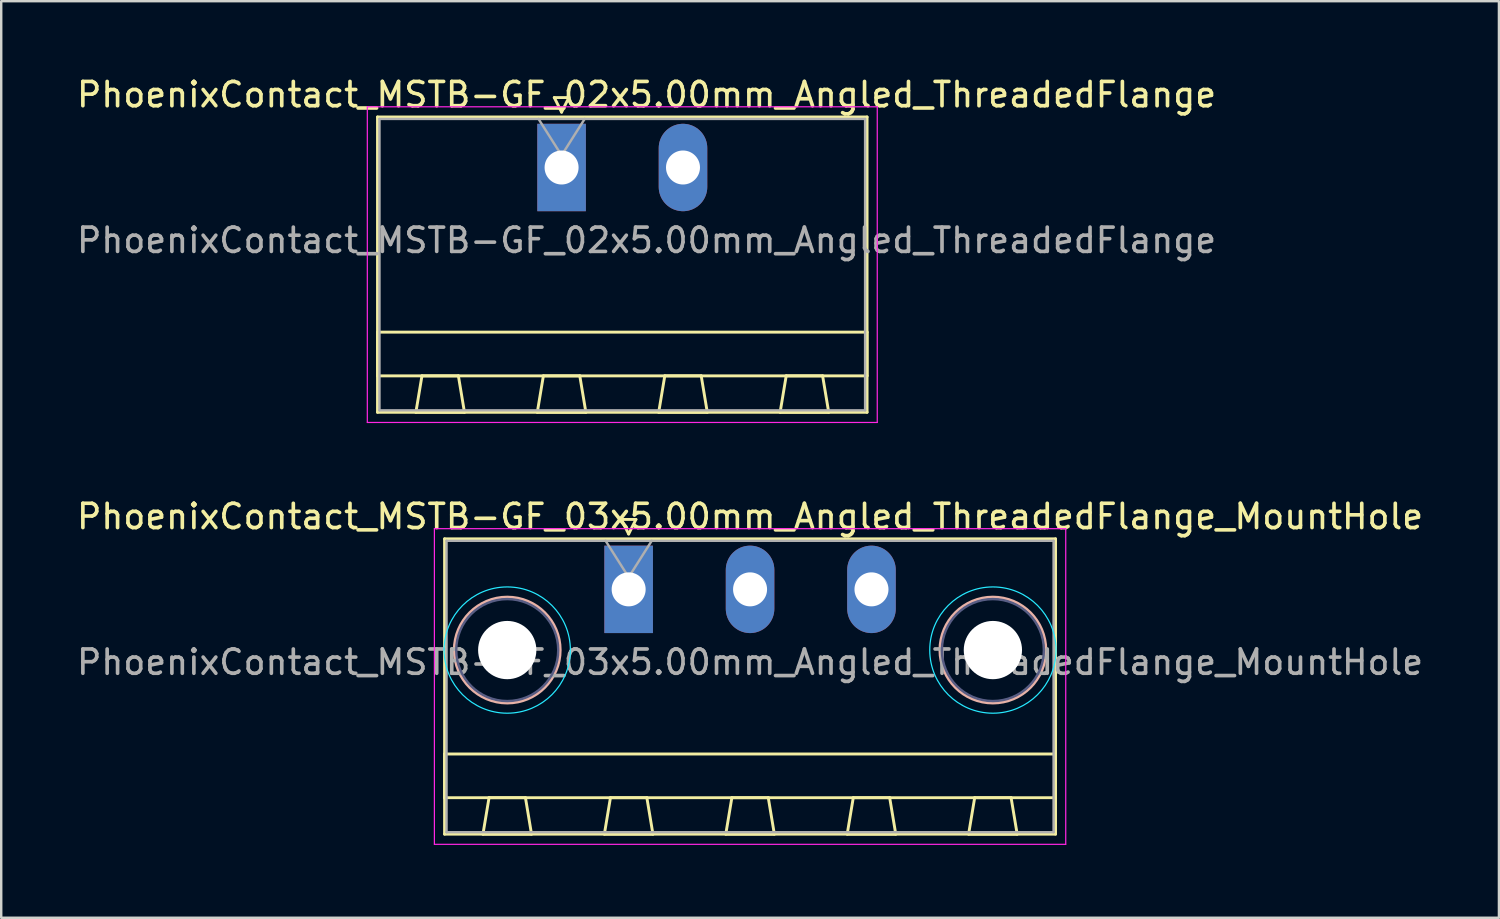
<source format=kicad_pcb>
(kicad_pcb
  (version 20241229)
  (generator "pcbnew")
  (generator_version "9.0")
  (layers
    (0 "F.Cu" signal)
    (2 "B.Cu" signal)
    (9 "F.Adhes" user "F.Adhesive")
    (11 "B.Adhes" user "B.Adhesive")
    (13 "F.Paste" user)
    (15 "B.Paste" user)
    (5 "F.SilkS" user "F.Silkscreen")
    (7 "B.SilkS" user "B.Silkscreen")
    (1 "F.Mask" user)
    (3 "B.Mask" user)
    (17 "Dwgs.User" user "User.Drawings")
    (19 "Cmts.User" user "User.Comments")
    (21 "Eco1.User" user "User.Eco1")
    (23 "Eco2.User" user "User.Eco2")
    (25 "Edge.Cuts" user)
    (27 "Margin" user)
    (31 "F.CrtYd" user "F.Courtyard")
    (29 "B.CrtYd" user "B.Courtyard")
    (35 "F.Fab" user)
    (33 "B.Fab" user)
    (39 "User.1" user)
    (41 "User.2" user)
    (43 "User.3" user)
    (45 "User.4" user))
  (footprint "PhoenixContact_MSTB-GF_03x5.00mm_Angled_ThreadedFlange_MountHole"
    (layer "F.Cu")
    (at 22.839 21.221)
    (property "Reference" "PhoenixContact_MSTB-GF_03x5.00mm_Angled_ThreadedFlange_MountHole" (at 5 -3 0) (layer "F.SilkS") (effects (font (size 1 1) (thickness 0.15))))
    (attr through_hole)
    (fp_line (start -7.58 -2.08) (end -7.58 10.08) (stroke (width 0.12) (type solid)) (layer "F.SilkS"))
    (fp_line (start -7.58 6.78) (end 17.58 6.78) (stroke (width 0.12) (type solid)) (layer "F.SilkS"))
    (fp_line (start -7.58 8.58) (end -7.58 6.78) (stroke (width 0.12) (type solid)) (layer "F.SilkS"))
    (fp_line (start -7.58 10.08) (end 17.58 10.08) (stroke (width 0.12) (type solid)) (layer "F.SilkS"))
    (fp_line (start -6 10.08) (end -4 10.08) (stroke (width 0.12) (type solid)) (layer "F.SilkS"))
    (fp_line (start -5.75 8.58) (end -6 10.08) (stroke (width 0.12) (type solid)) (layer "F.SilkS"))
    (fp_line (start -4.25 8.58) (end -5.75 8.58) (stroke (width 0.12) (type solid)) (layer "F.SilkS"))
    (fp_line (start -4 10.08) (end -4.25 8.58) (stroke (width 0.12) (type solid)) (layer "F.SilkS"))
    (fp_line (start -1 10.08) (end 1 10.08) (stroke (width 0.12) (type solid)) (layer "F.SilkS"))
    (fp_line (start -0.75 8.58) (end -1 10.08) (stroke (width 0.12) (type solid)) (layer "F.SilkS"))
    (fp_line (start -0.3 -2.88) (end 0.3 -2.88) (stroke (width 0.12) (type solid)) (layer "F.SilkS"))
    (fp_line (start 0 -2.28) (end -0.3 -2.88) (stroke (width 0.12) (type solid)) (layer "F.SilkS"))
    (fp_line (start 0.3 -2.88) (end 0 -2.28) (stroke (width 0.12) (type solid)) (layer "F.SilkS"))
    (fp_line (start 0.75 8.58) (end -0.75 8.58) (stroke (width 0.12) (type solid)) (layer "F.SilkS"))
    (fp_line (start 1 10.08) (end 0.75 8.58) (stroke (width 0.12) (type solid)) (layer "F.SilkS"))
    (fp_line (start 4 10.08) (end 6 10.08) (stroke (width 0.12) (type solid)) (layer "F.SilkS"))
    (fp_line (start 4.25 8.58) (end 4 10.08) (stroke (width 0.12) (type solid)) (layer "F.SilkS"))
    (fp_line (start 5.75 8.58) (end 4.25 8.58) (stroke (width 0.12) (type solid)) (layer "F.SilkS"))
    (fp_line (start 6 10.08) (end 5.75 8.58) (stroke (width 0.12) (type solid)) (layer "F.SilkS"))
    (fp_line (start 9 10.08) (end 11 10.08) (stroke (width 0.12) (type solid)) (layer "F.SilkS"))
    (fp_line (start 9.25 8.58) (end 9 10.08) (stroke (width 0.12) (type solid)) (layer "F.SilkS"))
    (fp_line (start 10.75 8.58) (end 9.25 8.58) (stroke (width 0.12) (type solid)) (layer "F.SilkS"))
    (fp_line (start 11 10.08) (end 10.75 8.58) (stroke (width 0.12) (type solid)) (layer "F.SilkS"))
    (fp_line (start 14 10.08) (end 16 10.08) (stroke (width 0.12) (type solid)) (layer "F.SilkS"))
    (fp_line (start 14.25 8.58) (end 14 10.08) (stroke (width 0.12) (type solid)) (layer "F.SilkS"))
    (fp_line (start 15.75 8.58) (end 14.25 8.58) (stroke (width 0.12) (type solid)) (layer "F.SilkS"))
    (fp_line (start 16 10.08) (end 15.75 8.58) (stroke (width 0.12) (type solid)) (layer "F.SilkS"))
    (fp_line (start 17.58 -2.08) (end -7.58 -2.08) (stroke (width 0.12) (type solid)) (layer "F.SilkS"))
    (fp_line (start 17.58 6.78) (end 17.58 8.58) (stroke (width 0.12) (type solid)) (layer "F.SilkS"))
    (fp_line (start 17.58 8.58) (end -7.58 8.58) (stroke (width 0.12) (type solid)) (layer "F.SilkS"))
    (fp_line (start 17.58 10.08) (end 17.58 -2.08) (stroke (width 0.12) (type solid)) (layer "F.SilkS"))
    (fp_circle (center -5 2.5) (end -2.82 2.5) (stroke (width 0.12) (type solid)) (fill no) (layer "B.SilkS"))
    (fp_circle (center 15 2.5) (end 17.18 2.5) (stroke (width 0.12) (type solid)) (fill no) (layer "B.SilkS"))
    (fp_circle (center -5 2.5) (end -2.4 2.5) (stroke (width 0.05) (type solid)) (fill no) (layer "B.CrtYd"))
    (fp_circle (center 15 2.5) (end 17.6 2.5) (stroke (width 0.05) (type solid)) (fill no) (layer "B.CrtYd"))
    (fp_line (start -8 -2.5) (end -8 10.5) (stroke (width 0.05) (type solid)) (layer "F.CrtYd"))
    (fp_line (start -8 10.5) (end 18 10.5) (stroke (width 0.05) (type solid)) (layer "F.CrtYd"))
    (fp_line (start 18 -2.5) (end -8 -2.5) (stroke (width 0.05) (type solid)) (layer "F.CrtYd"))
    (fp_line (start 18 10.5) (end 18 -2.5) (stroke (width 0.05) (type solid)) (layer "F.CrtYd"))
    (fp_circle (center -5 2.5) (end -2.9 2.5) (stroke (width 0.1) (type solid)) (fill no) (layer "B.Fab"))
    (fp_circle (center 15 2.5) (end 17.1 2.5) (stroke (width 0.1) (type solid)) (fill no) (layer "B.Fab"))
    (fp_line (start -7.5 -2) (end -7.5 10) (stroke (width 0.1) (type solid)) (layer "F.Fab"))
    (fp_line (start -7.5 10) (end 17.5 10) (stroke (width 0.1) (type solid)) (layer "F.Fab"))
    (fp_line (start 0 -0.5) (end -0.95 -2) (stroke (width 0.1) (type solid)) (layer "F.Fab"))
    (fp_line (start 0.95 -2) (end 0 -0.5) (stroke (width 0.1) (type solid)) (layer "F.Fab"))
    (fp_line (start 17.5 -2) (end -7.5 -2) (stroke (width 0.1) (type solid)) (layer "F.Fab"))
    (fp_line (start 17.5 10) (end 17.5 -2) (stroke (width 0.1) (type solid)) (layer "F.Fab"))
    (fp_text user "${REFERENCE}" (at 5 3 0) (layer "F.Fab") (effects (font (size 1 1) (thickness 0.15))))
    (pad "" np_thru_hole circle (at -5 2.5) (size 2.4 2.4) (drill 2.4) (layers "*.Cu" "*.Mask"))
    (pad "" np_thru_hole circle (at 15 2.5) (size 2.4 2.4) (drill 2.4) (layers "*.Cu" "*.Mask"))
    (pad "1" thru_hole rect (at 0 0) (size 2 3.6) (drill 1.4) (layers "*.Cu" "*.Mask"))
    (pad "2" thru_hole oval (at 5 0) (size 2 3.6) (drill 1.4) (layers "*.Cu" "*.Mask"))
    (pad "3" thru_hole oval (at 10 0) (size 2 3.6) (drill 1.4) (layers "*.Cu" "*.Mask")))
  (footprint "PhoenixContact_MSTB-GF_02x5.00mm_Angled_ThreadedFlange"
    (layer "F.Cu")
    (at 20.077 3.848)
    (property "Reference" "PhoenixContact_MSTB-GF_02x5.00mm_Angled_ThreadedFlange" (at 3.5 -3 0) (layer "F.SilkS") (effects (font (size 1 1) (thickness 0.15))))
    (attr through_hole)
    (fp_line (start -7.58 -2.08) (end -7.58 10.08) (stroke (width 0.12) (type solid)) (layer "F.SilkS"))
    (fp_line (start -7.58 6.78) (end 12.58 6.78) (stroke (width 0.12) (type solid)) (layer "F.SilkS"))
    (fp_line (start -7.58 8.58) (end -7.58 6.78) (stroke (width 0.12) (type solid)) (layer "F.SilkS"))
    (fp_line (start -7.58 10.08) (end 12.58 10.08) (stroke (width 0.12) (type solid)) (layer "F.SilkS"))
    (fp_line (start -6 10.08) (end -4 10.08) (stroke (width 0.12) (type solid)) (layer "F.SilkS"))
    (fp_line (start -5.75 8.58) (end -6 10.08) (stroke (width 0.12) (type solid)) (layer "F.SilkS"))
    (fp_line (start -4.25 8.58) (end -5.75 8.58) (stroke (width 0.12) (type solid)) (layer "F.SilkS"))
    (fp_line (start -4 10.08) (end -4.25 8.58) (stroke (width 0.12) (type solid)) (layer "F.SilkS"))
    (fp_line (start -1 10.08) (end 1 10.08) (stroke (width 0.12) (type solid)) (layer "F.SilkS"))
    (fp_line (start -0.75 8.58) (end -1 10.08) (stroke (width 0.12) (type solid)) (layer "F.SilkS"))
    (fp_line (start -0.3 -2.88) (end 0.3 -2.88) (stroke (width 0.12) (type solid)) (layer "F.SilkS"))
    (fp_line (start 0 -2.28) (end -0.3 -2.88) (stroke (width 0.12) (type solid)) (layer "F.SilkS"))
    (fp_line (start 0.3 -2.88) (end 0 -2.28) (stroke (width 0.12) (type solid)) (layer "F.SilkS"))
    (fp_line (start 0.75 8.58) (end -0.75 8.58) (stroke (width 0.12) (type solid)) (layer "F.SilkS"))
    (fp_line (start 1 10.08) (end 0.75 8.58) (stroke (width 0.12) (type solid)) (layer "F.SilkS"))
    (fp_line (start 4 10.08) (end 6 10.08) (stroke (width 0.12) (type solid)) (layer "F.SilkS"))
    (fp_line (start 4.25 8.58) (end 4 10.08) (stroke (width 0.12) (type solid)) (layer "F.SilkS"))
    (fp_line (start 5.75 8.58) (end 4.25 8.58) (stroke (width 0.12) (type solid)) (layer "F.SilkS"))
    (fp_line (start 6 10.08) (end 5.75 8.58) (stroke (width 0.12) (type solid)) (layer "F.SilkS"))
    (fp_line (start 9 10.08) (end 11 10.08) (stroke (width 0.12) (type solid)) (layer "F.SilkS"))
    (fp_line (start 9.25 8.58) (end 9 10.08) (stroke (width 0.12) (type solid)) (layer "F.SilkS"))
    (fp_line (start 10.75 8.58) (end 9.25 8.58) (stroke (width 0.12) (type solid)) (layer "F.SilkS"))
    (fp_line (start 11 10.08) (end 10.75 8.58) (stroke (width 0.12) (type solid)) (layer "F.SilkS"))
    (fp_line (start 12.58 -2.08) (end -7.58 -2.08) (stroke (width 0.12) (type solid)) (layer "F.SilkS"))
    (fp_line (start 12.58 6.78) (end 12.58 8.58) (stroke (width 0.12) (type solid)) (layer "F.SilkS"))
    (fp_line (start 12.58 8.58) (end -7.58 8.58) (stroke (width 0.12) (type solid)) (layer "F.SilkS"))
    (fp_line (start 12.58 10.08) (end 12.58 -2.08) (stroke (width 0.12) (type solid)) (layer "F.SilkS"))
    (fp_line (start -8 -2.5) (end -8 10.5) (stroke (width 0.05) (type solid)) (layer "F.CrtYd"))
    (fp_line (start -8 10.5) (end 13 10.5) (stroke (width 0.05) (type solid)) (layer "F.CrtYd"))
    (fp_line (start 13 -2.5) (end -8 -2.5) (stroke (width 0.05) (type solid)) (layer "F.CrtYd"))
    (fp_line (start 13 10.5) (end 13 -2.5) (stroke (width 0.05) (type solid)) (layer "F.CrtYd"))
    (fp_line (start -7.5 -2) (end -7.5 10) (stroke (width 0.1) (type solid)) (layer "F.Fab"))
    (fp_line (start -7.5 10) (end 12.5 10) (stroke (width 0.1) (type solid)) (layer "F.Fab"))
    (fp_line (start 0 -0.5) (end -0.95 -2) (stroke (width 0.1) (type solid)) (layer "F.Fab"))
    (fp_line (start 0.95 -2) (end 0 -0.5) (stroke (width 0.1) (type solid)) (layer "F.Fab"))
    (fp_line (start 12.5 -2) (end -7.5 -2) (stroke (width 0.1) (type solid)) (layer "F.Fab"))
    (fp_line (start 12.5 10) (end 12.5 -2) (stroke (width 0.1) (type solid)) (layer "F.Fab"))
    (fp_text user "${REFERENCE}" (at 3.5 3 0) (layer "F.Fab") (effects (font (size 1 1) (thickness 0.15))))
    (pad "1" thru_hole rect (at 0 0) (size 2 3.6) (drill 1.4) (layers "*.Cu" "*.Mask"))
    (pad "2" thru_hole oval (at 5 0) (size 2 3.6) (drill 1.4) (layers "*.Cu" "*.Mask")))
  (gr_rect
    (start -3 -3)
    (end 58.679 34.746)
    (stroke (width 0.1) (type default))
    (fill no)
    (layer "Edge.Cuts")))
</source>
